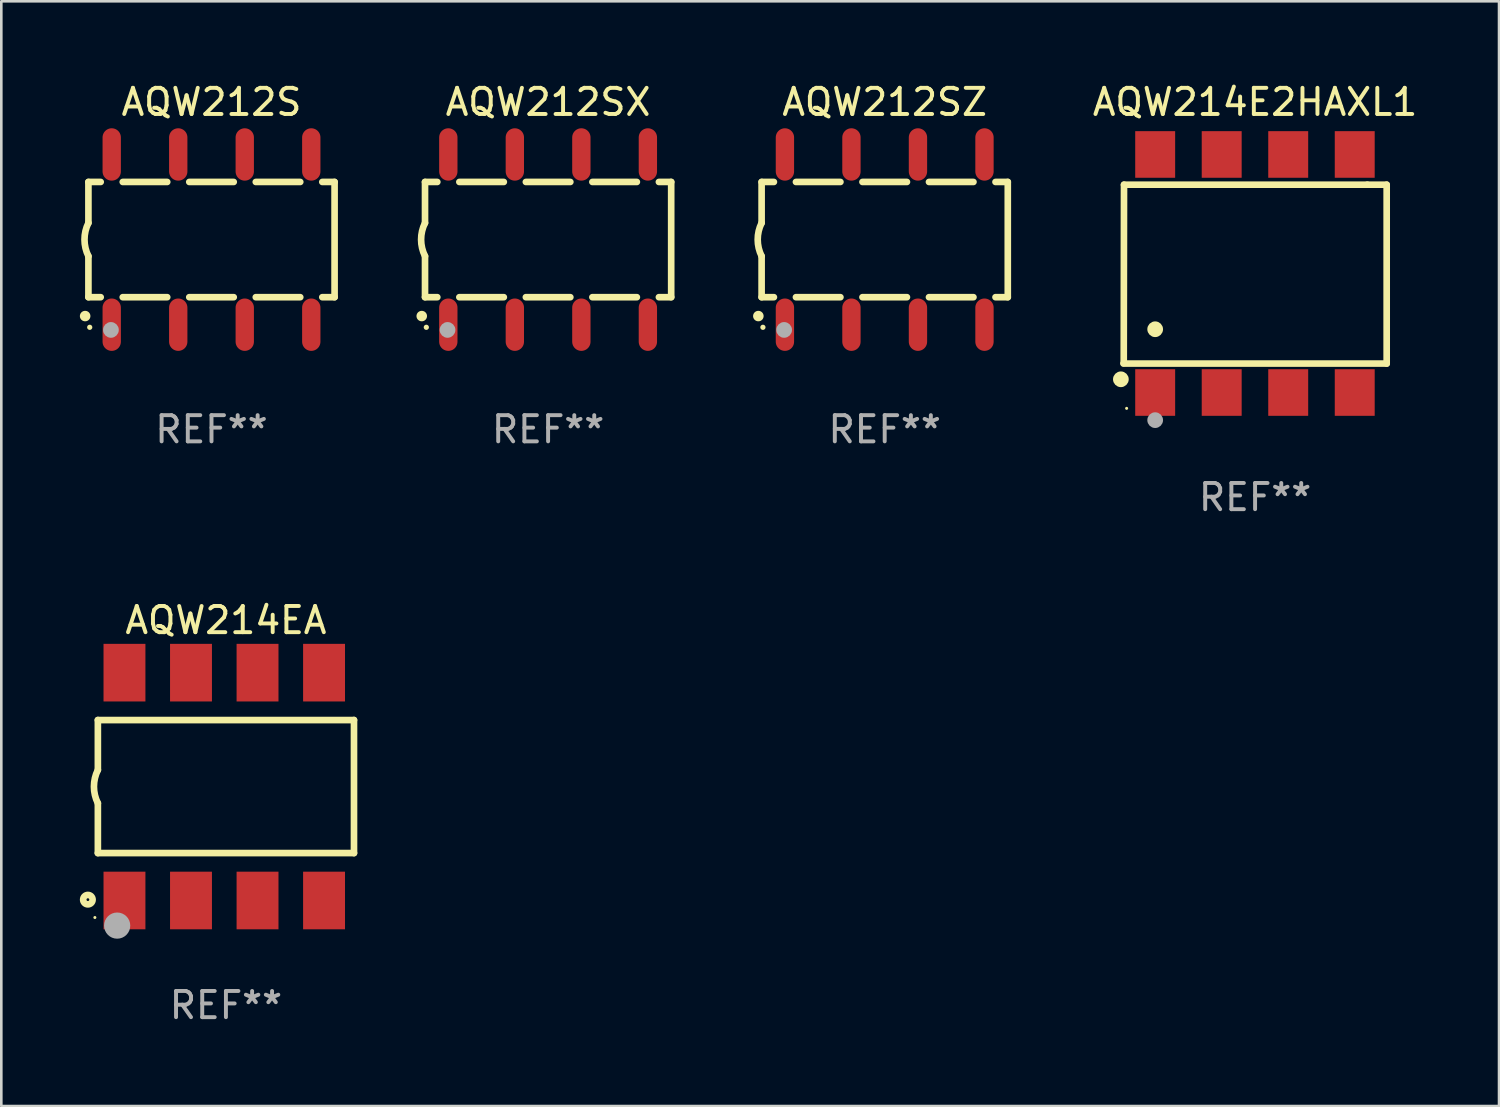
<source format=kicad_pcb>
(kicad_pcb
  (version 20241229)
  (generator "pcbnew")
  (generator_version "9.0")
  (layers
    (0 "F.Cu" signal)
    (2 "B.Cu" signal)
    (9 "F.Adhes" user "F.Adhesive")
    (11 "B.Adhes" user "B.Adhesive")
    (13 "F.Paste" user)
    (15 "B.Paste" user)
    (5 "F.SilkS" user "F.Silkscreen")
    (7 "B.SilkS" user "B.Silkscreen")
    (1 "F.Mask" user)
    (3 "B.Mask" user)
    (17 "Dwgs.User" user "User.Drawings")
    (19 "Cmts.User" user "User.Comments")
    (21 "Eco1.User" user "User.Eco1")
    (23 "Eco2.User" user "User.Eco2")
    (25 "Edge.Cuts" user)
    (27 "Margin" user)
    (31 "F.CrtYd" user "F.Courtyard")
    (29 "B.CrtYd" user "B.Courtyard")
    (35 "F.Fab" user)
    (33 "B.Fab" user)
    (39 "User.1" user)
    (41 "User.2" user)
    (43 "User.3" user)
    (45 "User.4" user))
  (footprint "AQW212S"
    (layer "F.Cu")
    (at 5.026 6.098)
    (property "Reference" "AQW212S" (at 0 -5.25 0) (layer "F.SilkS") (effects (font (size 1 1) (thickness 0.15))))
    (attr through_hole)
    (fp_line (start -4.7 -2.2) (end -4.7 -0.635) (stroke (width 0.254) (type solid)) (layer "F.SilkS"))
    (fp_line (start -4.7 -2.2) (end -4.231 -2.2) (stroke (width 0.254) (type solid)) (layer "F.SilkS"))
    (fp_line (start -4.7 2.2) (end -4.7 0.635) (stroke (width 0.254) (type solid)) (layer "F.SilkS"))
    (fp_line (start -4.7 2.2) (end -4.231 2.2) (stroke (width 0.254) (type solid)) (layer "F.SilkS"))
    (fp_line (start -3.389 -2.2) (end -1.691 -2.2) (stroke (width 0.254) (type solid)) (layer "F.SilkS"))
    (fp_line (start -3.389 2.2) (end -1.691 2.2) (stroke (width 0.254) (type solid)) (layer "F.SilkS"))
    (fp_line (start -0.849 -2.2) (end 0.849 -2.2) (stroke (width 0.254) (type solid)) (layer "F.SilkS"))
    (fp_line (start -0.849 2.2) (end 0.849 2.2) (stroke (width 0.254) (type solid)) (layer "F.SilkS"))
    (fp_line (start 1.691 -2.2) (end 3.389 -2.2) (stroke (width 0.254) (type solid)) (layer "F.SilkS"))
    (fp_line (start 1.691 2.2) (end 3.389 2.2) (stroke (width 0.254) (type solid)) (layer "F.SilkS"))
    (fp_line (start 4.231 -2.2) (end 4.7 -2.2) (stroke (width 0.254) (type solid)) (layer "F.SilkS"))
    (fp_line (start 4.231 2.2) (end 4.7 2.2) (stroke (width 0.254) (type solid)) (layer "F.SilkS"))
    (fp_line (start 4.7 -2.2) (end 4.7 2.2) (stroke (width 0.254) (type solid)) (layer "F.SilkS"))
    (fp_arc (start -4.82601 2.921006) (mid -4.82474 2.921002) (end -4.82347 2.921006) (stroke (width 0.4) (type solid)) (layer "F.SilkS"))
    (fp_arc (start -4.699009 0.635001) (mid -4.849248 0.000117) (end -4.7 -0.635001) (stroke (width 0.254001) (type solid)) (layer "F.SilkS"))
    (fp_circle (center -4.65 3.35) (end -4.6 3.35) (stroke (width 0.1) (type solid)) (fill no) (layer "F.SilkS"))
    (fp_circle (center -3.84 3.45) (end -3.69 3.45) (stroke (width 0.3) (type solid)) (fill no) (layer "F.Fab"))
    (fp_text user "REF**" (at 0 7.25 0) (layer "F.Fab") (effects (font (size 1 1) (thickness 0.15))))
    (pad "1" smd oval (at -3.81 3.25 180) (size 0.7 2) (layers "F.Cu" "F.Mask" "F.Paste"))
    (pad "2" smd oval (at -1.27 3.25 180) (size 0.7 2) (layers "F.Cu" "F.Mask" "F.Paste"))
    (pad "3" smd oval (at 1.27 3.25 180) (size 0.7 2) (layers "F.Cu" "F.Mask" "F.Paste"))
    (pad "4" smd oval (at 3.81 3.25 180) (size 0.7 2) (layers "F.Cu" "F.Mask" "F.Paste"))
    (pad "5" smd oval (at 3.81 -3.25 180) (size 0.7 2) (layers "F.Cu" "F.Mask" "F.Paste"))
    (pad "6" smd oval (at 1.27 -3.25 180) (size 0.7 2) (layers "F.Cu" "F.Mask" "F.Paste"))
    (pad "7" smd oval (at -1.27 -3.25 180) (size 0.7 2) (layers "F.Cu" "F.Mask" "F.Paste"))
    (pad "8" smd oval (at -3.81 -3.25 180) (size 0.7 2) (layers "F.Cu" "F.Mask" "F.Paste")))
  (footprint "AQW214EA"
    (layer "F.Cu")
    (at 5.577 26.985)
    (property "Reference" "AQW214EA" (at 0 -6.35 0) (layer "F.SilkS") (effects (font (size 1 1) (thickness 0.15))))
    (attr through_hole)
    (fp_line (start -4.89 -2.54) (end 4.89 -2.54) (stroke (width 0.254) (type solid)) (layer "F.SilkS"))
    (fp_line (start -4.89 -0.635) (end -4.89 -2.54) (stroke (width 0.254) (type solid)) (layer "F.SilkS"))
    (fp_line (start -4.89 2.54) (end -4.89 0.635) (stroke (width 0.254) (type solid)) (layer "F.SilkS"))
    (fp_line (start 4.89 -2.54) (end 4.89 2.54) (stroke (width 0.254) (type solid)) (layer "F.SilkS"))
    (fp_line (start 4.89 2.54) (end -4.89 2.54) (stroke (width 0.254) (type solid)) (layer "F.SilkS"))
    (fp_arc (start -4.890119 0.635129) (mid -5.039815 0.000056) (end -4.88951 -0.634874) (stroke (width 0.254001) (type solid)) (layer "F.SilkS"))
    (fp_circle (center -5.271 4.318) (end -5.091 4.318) (stroke (width 0.254) (type solid)) (fill no) (layer "F.SilkS"))
    (fp_circle (center -5.004 5) (end -4.974 5) (stroke (width 0.06) (type solid)) (fill no) (layer "F.SilkS"))
    (fp_circle (center -4.153 5.309) (end -3.903 5.309) (stroke (width 0.5) (type solid)) (fill no) (layer "F.Fab"))
    (fp_text user "REF**" (at 0 8.35 0) (layer "F.Fab") (effects (font (size 1 1) (thickness 0.15))))
    (pad "1" smd rect (at -3.874 4.35) (size 1.6 2.2) (layers "F.Cu" "F.Mask" "F.Paste"))
    (pad "2" smd rect (at -1.334 4.35) (size 1.6 2.2) (layers "F.Cu" "F.Mask" "F.Paste"))
    (pad "3" smd rect (at 1.207 4.35) (size 1.6 2.2) (layers "F.Cu" "F.Mask" "F.Paste"))
    (pad "4" smd rect (at 3.747 4.35) (size 1.6 2.2) (layers "F.Cu" "F.Mask" "F.Paste"))
    (pad "5" smd rect (at 3.747 -4.35) (size 1.6 2.2) (layers "F.Cu" "F.Mask" "F.Paste"))
    (pad "6" smd rect (at 1.207 -4.35) (size 1.6 2.2) (layers "F.Cu" "F.Mask" "F.Paste"))
    (pad "7" smd rect (at -1.334 -4.35) (size 1.6 2.2) (layers "F.Cu" "F.Mask" "F.Paste"))
    (pad "8" smd rect (at -3.874 -4.35) (size 1.6 2.2) (layers "F.Cu" "F.Mask" "F.Paste")))
  (footprint "AQW212SX"
    (layer "F.Cu")
    (at 17.879 6.098)
    (property "Reference" "AQW212SX" (at 0 -5.25 0) (layer "F.SilkS") (effects (font (size 1 1) (thickness 0.15))))
    (attr through_hole)
    (fp_line (start -4.7 -2.2) (end -4.7 -0.635) (stroke (width 0.254) (type solid)) (layer "F.SilkS"))
    (fp_line (start -4.7 -2.2) (end -4.231 -2.2) (stroke (width 0.254) (type solid)) (layer "F.SilkS"))
    (fp_line (start -4.7 2.2) (end -4.7 0.635) (stroke (width 0.254) (type solid)) (layer "F.SilkS"))
    (fp_line (start -4.7 2.2) (end -4.231 2.2) (stroke (width 0.254) (type solid)) (layer "F.SilkS"))
    (fp_line (start -3.389 -2.2) (end -1.691 -2.2) (stroke (width 0.254) (type solid)) (layer "F.SilkS"))
    (fp_line (start -3.389 2.2) (end -1.691 2.2) (stroke (width 0.254) (type solid)) (layer "F.SilkS"))
    (fp_line (start -0.849 -2.2) (end 0.849 -2.2) (stroke (width 0.254) (type solid)) (layer "F.SilkS"))
    (fp_line (start -0.849 2.2) (end 0.849 2.2) (stroke (width 0.254) (type solid)) (layer "F.SilkS"))
    (fp_line (start 1.691 -2.2) (end 3.389 -2.2) (stroke (width 0.254) (type solid)) (layer "F.SilkS"))
    (fp_line (start 1.691 2.2) (end 3.389 2.2) (stroke (width 0.254) (type solid)) (layer "F.SilkS"))
    (fp_line (start 4.231 -2.2) (end 4.7 -2.2) (stroke (width 0.254) (type solid)) (layer "F.SilkS"))
    (fp_line (start 4.231 2.2) (end 4.7 2.2) (stroke (width 0.254) (type solid)) (layer "F.SilkS"))
    (fp_line (start 4.7 -2.2) (end 4.7 2.2) (stroke (width 0.254) (type solid)) (layer "F.SilkS"))
    (fp_arc (start -4.82601 2.921006) (mid -4.82474 2.921002) (end -4.82347 2.921006) (stroke (width 0.4) (type solid)) (layer "F.SilkS"))
    (fp_arc (start -4.699009 0.635001) (mid -4.849248 0.000117) (end -4.7 -0.635001) (stroke (width 0.254001) (type solid)) (layer "F.SilkS"))
    (fp_circle (center -4.65 3.35) (end -4.6 3.35) (stroke (width 0.1) (type solid)) (fill no) (layer "F.SilkS"))
    (fp_circle (center -3.84 3.45) (end -3.69 3.45) (stroke (width 0.3) (type solid)) (fill no) (layer "F.Fab"))
    (fp_text user "REF**" (at 0 7.25 0) (layer "F.Fab") (effects (font (size 1 1) (thickness 0.15))))
    (pad "1" smd oval (at -3.81 3.25 180) (size 0.7 2) (layers "F.Cu" "F.Mask" "F.Paste"))
    (pad "2" smd oval (at -1.27 3.25 180) (size 0.7 2) (layers "F.Cu" "F.Mask" "F.Paste"))
    (pad "3" smd oval (at 1.27 3.25 180) (size 0.7 2) (layers "F.Cu" "F.Mask" "F.Paste"))
    (pad "4" smd oval (at 3.81 3.25 180) (size 0.7 2) (layers "F.Cu" "F.Mask" "F.Paste"))
    (pad "5" smd oval (at 3.81 -3.25 180) (size 0.7 2) (layers "F.Cu" "F.Mask" "F.Paste"))
    (pad "6" smd oval (at 1.27 -3.25 180) (size 0.7 2) (layers "F.Cu" "F.Mask" "F.Paste"))
    (pad "7" smd oval (at -1.27 -3.25 180) (size 0.7 2) (layers "F.Cu" "F.Mask" "F.Paste"))
    (pad "8" smd oval (at -3.81 -3.25 180) (size 0.7 2) (layers "F.Cu" "F.Mask" "F.Paste")))
  (footprint "AQW214E2HAXL1"
    (layer "F.Cu")
    (at 44.875 7.393)
    (property "Reference" "AQW214E2HAXL1" (at 0 -6.545 0) (layer "F.SilkS") (effects (font (size 1 1) (thickness 0.15))))
    (attr through_hole)
    (fp_line (start -5.005 -3.39) (end -5.015 3.42) (stroke (width 0.254) (type solid)) (layer "F.SilkS"))
    (fp_line (start 4.285 -3.39) (end -5.005 -3.39) (stroke (width 0.254) (type solid)) (layer "F.SilkS"))
    (fp_line (start 4.285 -3.39) (end 5.025 -3.39) (stroke (width 0.254) (type solid)) (layer "F.SilkS"))
    (fp_line (start 5.025 -3.39) (end 5.025 3.44) (stroke (width 0.254) (type solid)) (layer "F.SilkS"))
    (fp_line (start 5.025 3.44) (end -5.025 3.44) (stroke (width 0.254) (type solid)) (layer "F.SilkS"))
    (fp_circle (center -5.125 4.04) (end -4.975 4.04) (stroke (width 0.3) (type solid)) (fill no) (layer "F.SilkS"))
    (fp_circle (center -4.905 5.15) (end -4.875 5.15) (stroke (width 0.06) (type solid)) (fill no) (layer "F.SilkS"))
    (fp_circle (center -3.815 2.129) (end -3.665 2.129) (stroke (width 0.3) (type solid)) (fill no) (layer "F.SilkS"))
    (fp_circle (center -3.815 5.6) (end -3.665 5.6) (stroke (width 0.3) (type solid)) (fill no) (layer "F.Fab"))
    (fp_text user "REF**" (at 0 8.545 0) (layer "F.Fab") (effects (font (size 1 1) (thickness 0.15))))
    (pad "1" smd rect (at -3.815 4.545) (size 1.525 1.78) (layers "F.Cu" "F.Mask" "F.Paste"))
    (pad "2" smd rect (at -1.275 4.545) (size 1.525 1.78) (layers "F.Cu" "F.Mask" "F.Paste"))
    (pad "3" smd rect (at 1.265 4.545) (size 1.525 1.78) (layers "F.Cu" "F.Mask" "F.Paste"))
    (pad "4" smd rect (at 3.805 4.545) (size 1.525 1.78) (layers "F.Cu" "F.Mask" "F.Paste"))
    (pad "5" smd rect (at 3.805 -4.545) (size 1.525 1.78) (layers "F.Cu" "F.Mask" "F.Paste"))
    (pad "6" smd rect (at 1.265 -4.545) (size 1.525 1.78) (layers "F.Cu" "F.Mask" "F.Paste"))
    (pad "7" smd rect (at -1.275 -4.545) (size 1.525 1.78) (layers "F.Cu" "F.Mask" "F.Paste"))
    (pad "8" smd rect (at -3.815 -4.545) (size 1.525 1.78) (layers "F.Cu" "F.Mask" "F.Paste")))
  (footprint "AQW212SZ"
    (layer "F.Cu")
    (at 30.732 6.098)
    (property "Reference" "AQW212SZ" (at 0 -5.25 0) (layer "F.SilkS") (effects (font (size 1 1) (thickness 0.15))))
    (attr through_hole)
    (fp_line (start -4.7 -2.2) (end -4.7 -0.635) (stroke (width 0.254) (type solid)) (layer "F.SilkS"))
    (fp_line (start -4.7 -2.2) (end -4.231 -2.2) (stroke (width 0.254) (type solid)) (layer "F.SilkS"))
    (fp_line (start -4.7 2.2) (end -4.7 0.635) (stroke (width 0.254) (type solid)) (layer "F.SilkS"))
    (fp_line (start -4.7 2.2) (end -4.231 2.2) (stroke (width 0.254) (type solid)) (layer "F.SilkS"))
    (fp_line (start -3.389 -2.2) (end -1.691 -2.2) (stroke (width 0.254) (type solid)) (layer "F.SilkS"))
    (fp_line (start -3.389 2.2) (end -1.691 2.2) (stroke (width 0.254) (type solid)) (layer "F.SilkS"))
    (fp_line (start -0.849 -2.2) (end 0.849 -2.2) (stroke (width 0.254) (type solid)) (layer "F.SilkS"))
    (fp_line (start -0.849 2.2) (end 0.849 2.2) (stroke (width 0.254) (type solid)) (layer "F.SilkS"))
    (fp_line (start 1.691 -2.2) (end 3.389 -2.2) (stroke (width 0.254) (type solid)) (layer "F.SilkS"))
    (fp_line (start 1.691 2.2) (end 3.389 2.2) (stroke (width 0.254) (type solid)) (layer "F.SilkS"))
    (fp_line (start 4.231 -2.2) (end 4.7 -2.2) (stroke (width 0.254) (type solid)) (layer "F.SilkS"))
    (fp_line (start 4.231 2.2) (end 4.7 2.2) (stroke (width 0.254) (type solid)) (layer "F.SilkS"))
    (fp_line (start 4.7 -2.2) (end 4.7 2.2) (stroke (width 0.254) (type solid)) (layer "F.SilkS"))
    (fp_arc (start -4.82601 2.921006) (mid -4.82474 2.921002) (end -4.82347 2.921006) (stroke (width 0.4) (type solid)) (layer "F.SilkS"))
    (fp_arc (start -4.699009 0.635001) (mid -4.849248 0.000117) (end -4.7 -0.635001) (stroke (width 0.254001) (type solid)) (layer "F.SilkS"))
    (fp_circle (center -4.65 3.35) (end -4.6 3.35) (stroke (width 0.1) (type solid)) (fill no) (layer "F.SilkS"))
    (fp_circle (center -3.84 3.45) (end -3.69 3.45) (stroke (width 0.3) (type solid)) (fill no) (layer "F.Fab"))
    (fp_text user "REF**" (at 0 7.25 0) (layer "F.Fab") (effects (font (size 1 1) (thickness 0.15))))
    (pad "1" smd oval (at -3.81 3.25 180) (size 0.7 2) (layers "F.Cu" "F.Mask" "F.Paste"))
    (pad "2" smd oval (at -1.27 3.25 180) (size 0.7 2) (layers "F.Cu" "F.Mask" "F.Paste"))
    (pad "3" smd oval (at 1.27 3.25 180) (size 0.7 2) (layers "F.Cu" "F.Mask" "F.Paste"))
    (pad "4" smd oval (at 3.81 3.25 180) (size 0.7 2) (layers "F.Cu" "F.Mask" "F.Paste"))
    (pad "5" smd oval (at 3.81 -3.25 180) (size 0.7 2) (layers "F.Cu" "F.Mask" "F.Paste"))
    (pad "6" smd oval (at 1.27 -3.25 180) (size 0.7 2) (layers "F.Cu" "F.Mask" "F.Paste"))
    (pad "7" smd oval (at -1.27 -3.25 180) (size 0.7 2) (layers "F.Cu" "F.Mask" "F.Paste"))
    (pad "8" smd oval (at -3.81 -3.25 180) (size 0.7 2) (layers "F.Cu" "F.Mask" "F.Paste")))
  (gr_rect
    (start -3 -3)
    (end 54.19 39.183)
    (stroke (width 0.1) (type default))
    (fill no)
    (layer "Edge.Cuts")))
</source>
